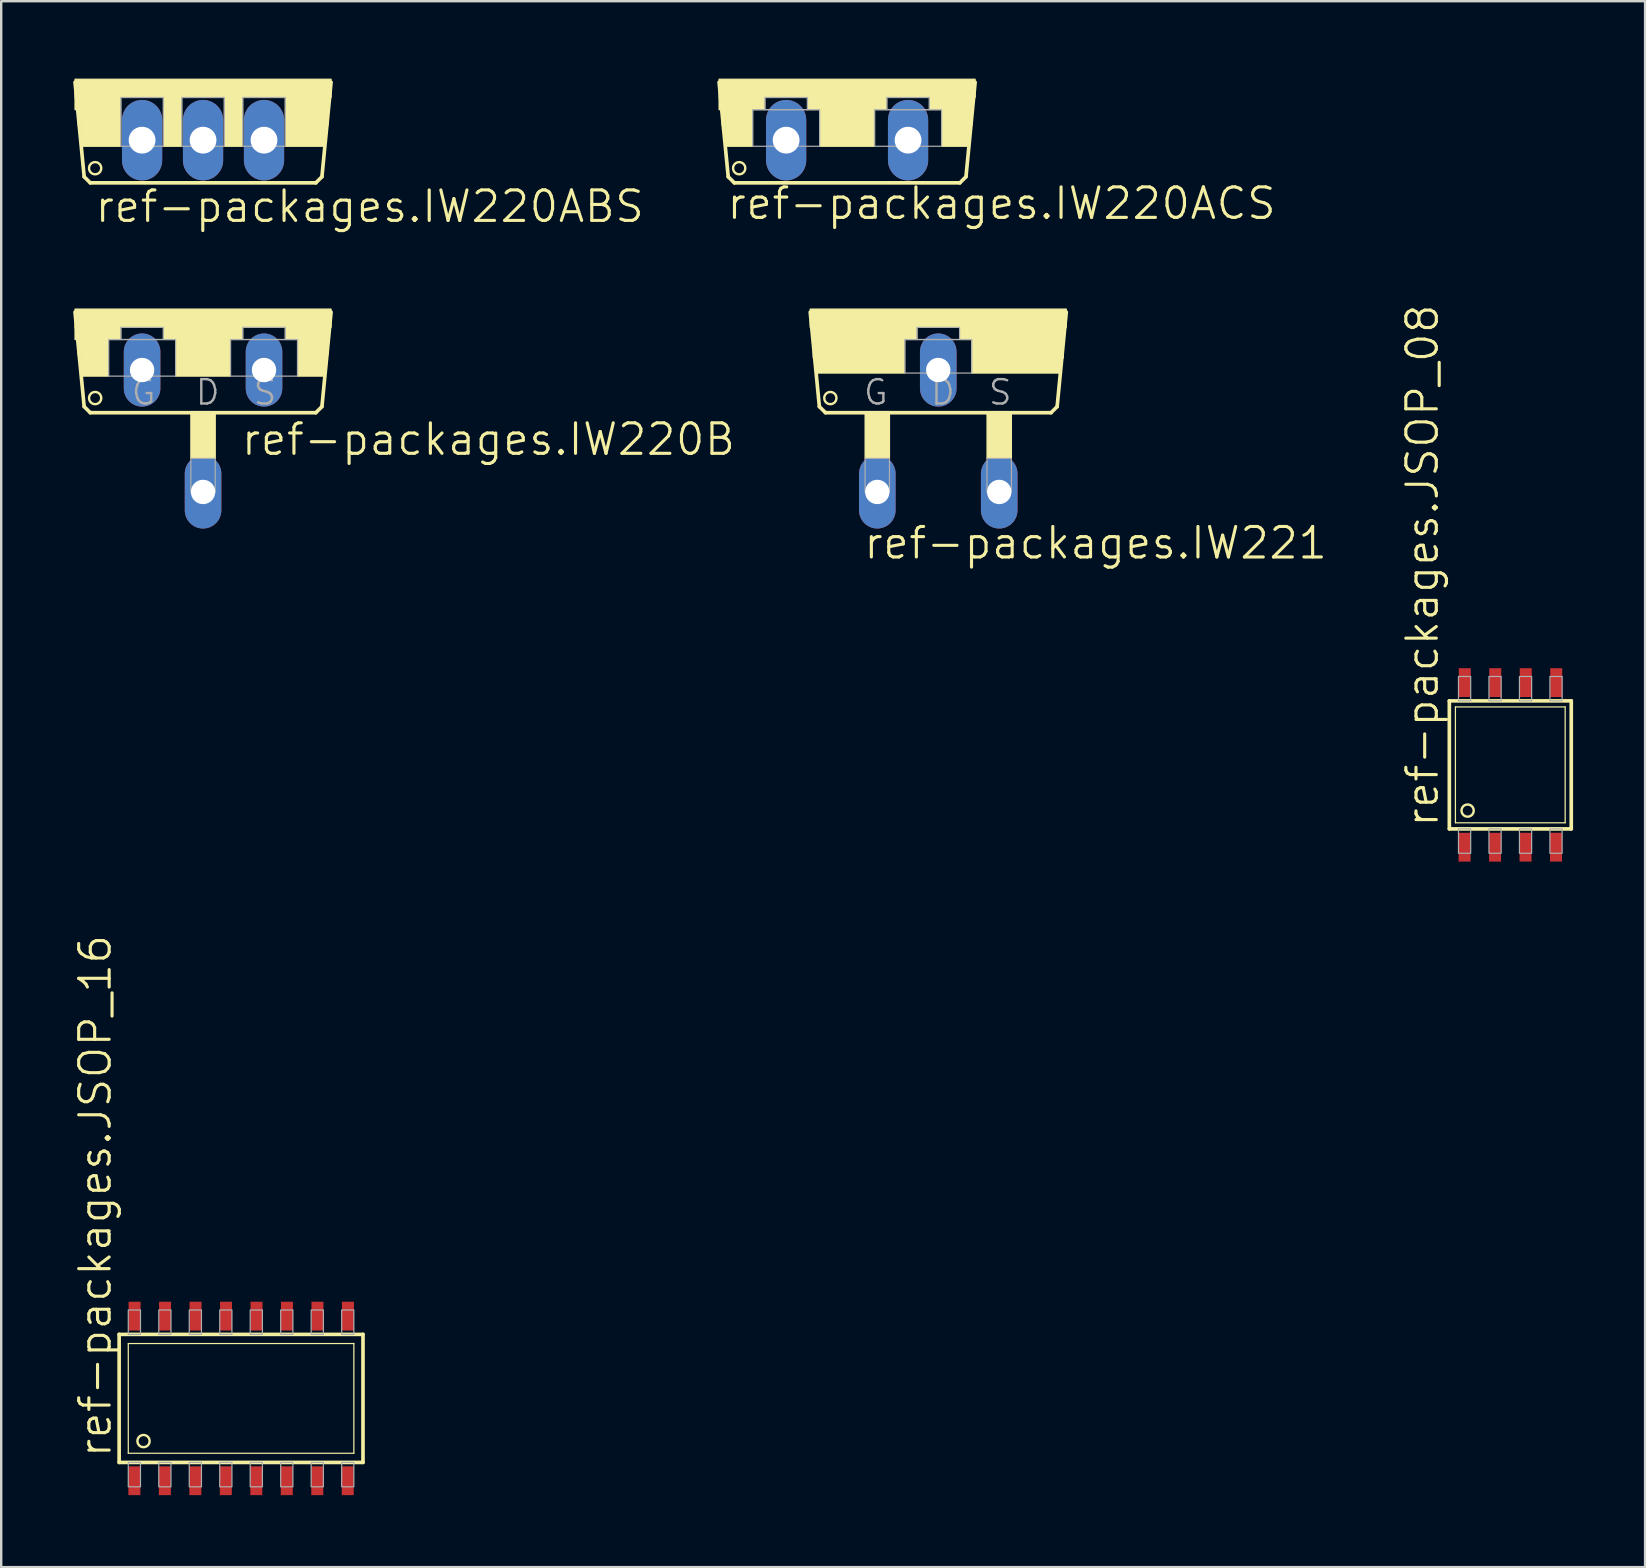
<source format=kicad_pcb>
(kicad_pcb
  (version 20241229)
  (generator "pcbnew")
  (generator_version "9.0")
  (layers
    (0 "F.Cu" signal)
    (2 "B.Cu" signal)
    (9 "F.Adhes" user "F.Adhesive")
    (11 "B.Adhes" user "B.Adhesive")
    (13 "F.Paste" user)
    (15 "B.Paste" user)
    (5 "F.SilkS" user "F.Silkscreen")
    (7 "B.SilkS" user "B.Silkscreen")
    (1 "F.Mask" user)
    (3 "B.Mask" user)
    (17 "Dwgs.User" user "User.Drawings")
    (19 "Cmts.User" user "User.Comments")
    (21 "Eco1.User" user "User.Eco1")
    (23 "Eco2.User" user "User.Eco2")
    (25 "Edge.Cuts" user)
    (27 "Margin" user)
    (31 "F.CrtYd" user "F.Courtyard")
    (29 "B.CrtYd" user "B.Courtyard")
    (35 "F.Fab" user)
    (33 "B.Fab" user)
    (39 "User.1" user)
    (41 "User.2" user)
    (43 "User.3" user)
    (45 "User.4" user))
  (footprint "ref-packages.JSOP_08"
    (layer "F.Cu")
    (at 59.876 28.818)
    (property "Reference" "ref-packages.JSOP_08" (at -2.921 2.667 90) (layer "F.SilkS") (effects (font (size 1.27 1.27) (thickness 0.13)) (justify left bottom)))
    (attr smd)
    (fp_line (start -2.54 -2.667) (end 2.54 -2.667) (stroke (width 0.152) (type default)) (layer "F.SilkS"))
    (fp_line (start -2.54 2.667) (end -2.54 -2.667) (stroke (width 0.152) (type default)) (layer "F.SilkS"))
    (fp_line (start -2.286 -2.413) (end 2.286 -2.413) (stroke (width 0.051) (type default)) (layer "F.SilkS"))
    (fp_line (start -2.286 2.413) (end -2.286 -2.413) (stroke (width 0.051) (type default)) (layer "F.SilkS"))
    (fp_line (start 2.286 -2.413) (end 2.286 2.413) (stroke (width 0.051) (type default)) (layer "F.SilkS"))
    (fp_line (start 2.286 2.413) (end -2.286 2.413) (stroke (width 0.051) (type default)) (layer "F.SilkS"))
    (fp_line (start 2.54 -2.667) (end 2.54 2.667) (stroke (width 0.152) (type default)) (layer "F.SilkS"))
    (fp_line (start 2.54 2.667) (end -2.54 2.667) (stroke (width 0.152) (type default)) (layer "F.SilkS"))
    (fp_circle (center -1.778 1.905) (end -1.524 1.905) (stroke (width 0.1) (type default)) (fill no) (layer "F.SilkS"))
    (fp_rect (start -2.159 -2.667) (end -1.651 -3.683) (stroke (width 0.05) (type default)) (fill no) (layer "F.Fab"))
    (fp_rect (start -2.159 3.683) (end -1.651 2.667) (stroke (width 0.05) (type default)) (fill no) (layer "F.Fab"))
    (fp_rect (start -0.889 -2.667) (end -0.381 -3.683) (stroke (width 0.05) (type default)) (fill no) (layer "F.Fab"))
    (fp_rect (start -0.889 3.683) (end -0.381 2.667) (stroke (width 0.05) (type default)) (fill no) (layer "F.Fab"))
    (fp_rect (start 0.381 -2.667) (end 0.889 -3.683) (stroke (width 0.05) (type default)) (fill no) (layer "F.Fab"))
    (fp_rect (start 0.381 3.683) (end 0.889 2.667) (stroke (width 0.05) (type default)) (fill no) (layer "F.Fab"))
    (fp_rect (start 1.651 -2.667) (end 2.159 -3.683) (stroke (width 0.05) (type default)) (fill no) (layer "F.Fab"))
    (fp_rect (start 1.651 3.683) (end 2.159 2.667) (stroke (width 0.05) (type default)) (fill no) (layer "F.Fab"))
    (pad "1" smd roundrect (at -1.905 3.429) (size 0.5 1.2) (layers "F.Cu" "F.Mask" "F.Paste") (roundrect_rratio 0.01))
    (pad "2" smd roundrect (at -0.635 3.429) (size 0.5 1.2) (layers "F.Cu" "F.Mask" "F.Paste") (roundrect_rratio 0.01))
    (pad "3" smd roundrect (at 0.635 3.429) (size 0.5 1.2) (layers "F.Cu" "F.Mask" "F.Paste") (roundrect_rratio 0.01))
    (pad "4" smd roundrect (at 1.905 3.429) (size 0.5 1.2) (layers "F.Cu" "F.Mask" "F.Paste") (roundrect_rratio 0.01))
    (pad "5" smd roundrect (at 1.913 -3.429) (size 0.5 1.2) (layers "F.Cu" "F.Mask" "F.Paste") (roundrect_rratio 0.01))
    (pad "6" smd roundrect (at 0.643 -3.429) (size 0.5 1.2) (layers "F.Cu" "F.Mask" "F.Paste") (roundrect_rratio 0.01))
    (pad "7" smd roundrect (at -0.627 -3.429) (size 0.5 1.2) (layers "F.Cu" "F.Mask" "F.Paste") (roundrect_rratio 0.01))
    (pad "8" smd roundrect (at -1.897 -3.429) (size 0.5 1.2) (layers "F.Cu" "F.Mask" "F.Paste") (roundrect_rratio 0.01)))
  (footprint "ref-packages.IW220ACS"
    (layer "F.Cu")
    (at 32.244 0.25)
    (property "Reference" "ref-packages.IW220ACS" (at -5.08 5.918 0) (layer "F.SilkS") (effects (font (size 1.27 1.27) (thickness 0.13)) (justify left bottom)))
    (attr through_hole)
    (fp_line (start -4.953 4.064) (end -5.334 0.127) (stroke (width 0.152) (type default)) (layer "F.SilkS"))
    (fp_line (start -4.953 4.064) (end -4.699 4.318) (stroke (width 0.152) (type default)) (layer "F.SilkS"))
    (fp_line (start 4.699 4.318) (end -4.699 4.318) (stroke (width 0.152) (type default)) (layer "F.SilkS"))
    (fp_line (start 4.699 4.318) (end 4.953 4.064) (stroke (width 0.152) (type default)) (layer "F.SilkS"))
    (fp_line (start 5.334 0.127) (end 4.953 4.064) (stroke (width 0.152) (type default)) (layer "F.SilkS"))
    (fp_rect (start -5.334 0.762) (end 5.334 0) (stroke (width 0.05) (type default)) (fill yes) (layer "F.SilkS"))
    (fp_rect (start -5.334 1.27) (end -3.429 0.762) (stroke (width 0.05) (type default)) (fill yes) (layer "F.SilkS"))
    (fp_rect (start -5.207 1.905) (end -5.08 1.27) (stroke (width 0.05) (type default)) (fill yes) (layer "F.SilkS"))
    (fp_rect (start -5.08 2.794) (end -3.937 1.27) (stroke (width 0.05) (type default)) (fill yes) (layer "F.SilkS"))
    (fp_rect (start -1.651 1.27) (end 1.651 0.762) (stroke (width 0.05) (type default)) (fill yes) (layer "F.SilkS"))
    (fp_rect (start -1.143 2.794) (end 1.143 1.27) (stroke (width 0.05) (type default)) (fill yes) (layer "F.SilkS"))
    (fp_rect (start 3.429 1.27) (end 5.207 0.762) (stroke (width 0.05) (type default)) (fill yes) (layer "F.SilkS"))
    (fp_rect (start 3.937 2.794) (end 5.08 1.27) (stroke (width 0.05) (type default)) (fill yes) (layer "F.SilkS"))
    (fp_rect (start 5.08 1.905) (end 5.207 1.27) (stroke (width 0.05) (type default)) (fill yes) (layer "F.SilkS"))
    (fp_circle (center -4.496 3.708) (end -4.242 3.708) (stroke (width 0.1) (type default)) (fill no) (layer "F.SilkS"))
    (fp_rect (start -3.937 2.794) (end -1.143 1.27) (stroke (width 0.05) (type default)) (fill no) (layer "F.Fab"))
    (fp_rect (start -3.429 1.27) (end -1.651 0.762) (stroke (width 0.05) (type default)) (fill no) (layer "F.Fab"))
    (fp_rect (start 1.143 2.794) (end 3.937 1.27) (stroke (width 0.05) (type default)) (fill no) (layer "F.Fab"))
    (fp_rect (start 1.651 1.27) (end 3.429 0.762) (stroke (width 0.05) (type default)) (fill no) (layer "F.Fab"))
    (pad "A" thru_hole oval (at 2.54 2.54 90) (size 3.353 1.676) (drill 1.118) (layers "*.Cu" "*.Mask"))
    (pad "C" thru_hole oval (at -2.54 2.54 90) (size 3.353 1.676) (drill 1.118) (layers "*.Cu" "*.Mask")))
  (footprint "ref-packages.IW221"
    (layer "F.Cu")
    (at 36.042 9.827)
    (property "Reference" "ref-packages.IW221" (at -3.175 10.49 0) (layer "F.SilkS") (effects (font (size 1.27 1.27) (thickness 0.13)) (justify left bottom)))
    (attr through_hole)
    (fp_line (start -4.953 4.064) (end -5.334 0.127) (stroke (width 0.152) (type default)) (layer "F.SilkS"))
    (fp_line (start -4.953 4.064) (end -4.699 4.318) (stroke (width 0.152) (type default)) (layer "F.SilkS"))
    (fp_line (start 4.699 4.318) (end -4.699 4.318) (stroke (width 0.152) (type default)) (layer "F.SilkS"))
    (fp_line (start 4.699 4.318) (end 4.953 4.064) (stroke (width 0.152) (type default)) (layer "F.SilkS"))
    (fp_line (start 5.334 0.127) (end 4.953 4.064) (stroke (width 0.152) (type default)) (layer "F.SilkS"))
    (fp_rect (start -5.334 0.762) (end 5.334 0) (stroke (width 0.05) (type default)) (fill yes) (layer "F.SilkS"))
    (fp_rect (start -5.207 1.27) (end -0.889 0.762) (stroke (width 0.05) (type default)) (fill yes) (layer "F.SilkS"))
    (fp_rect (start -5.207 2.032) (end -5.08 1.27) (stroke (width 0.05) (type default)) (fill yes) (layer "F.SilkS"))
    (fp_rect (start -5.08 2.667) (end -1.397 1.27) (stroke (width 0.05) (type default)) (fill yes) (layer "F.SilkS"))
    (fp_rect (start -3.048 6.223) (end -2.032 4.318) (stroke (width 0.05) (type default)) (fill yes) (layer "F.SilkS"))
    (fp_rect (start 0.889 1.27) (end 5.207 0.762) (stroke (width 0.05) (type default)) (fill yes) (layer "F.SilkS"))
    (fp_rect (start 1.397 2.667) (end 5.08 1.27) (stroke (width 0.05) (type default)) (fill yes) (layer "F.SilkS"))
    (fp_rect (start 2.032 6.223) (end 3.048 4.318) (stroke (width 0.05) (type default)) (fill yes) (layer "F.SilkS"))
    (fp_rect (start 5.08 2.032) (end 5.207 1.27) (stroke (width 0.05) (type default)) (fill yes) (layer "F.SilkS"))
    (fp_circle (center -4.496 3.708) (end -4.242 3.708) (stroke (width 0.1) (type default)) (fill no) (layer "F.SilkS"))
    (fp_rect (start -3.048 7.62) (end -2.032 6.223) (stroke (width 0.05) (type default)) (fill no) (layer "F.Fab"))
    (fp_rect (start -1.397 2.667) (end 1.397 1.27) (stroke (width 0.05) (type default)) (fill no) (layer "F.Fab"))
    (fp_rect (start -0.889 1.27) (end 0.889 0.762) (stroke (width 0.05) (type default)) (fill no) (layer "F.Fab"))
    (fp_rect (start 2.032 7.62) (end 3.048 6.223) (stroke (width 0.05) (type default)) (fill no) (layer "F.Fab"))
    (fp_text user "D" (at -0.381 4.064 0) (layer "F.Fab") (effects (font (size 1.016 1.016) (thickness 0.1)) (justify left bottom)))
    (fp_text user "S" (at 2.032 4.064 0) (layer "F.Fab") (effects (font (size 1.016 1.016) (thickness 0.1)) (justify left bottom)))
    (fp_text user "G" (at -3.175 4.064 0) (layer "F.Fab") (effects (font (size 1.016 1.016) (thickness 0.1)) (justify left bottom)))
    (pad "D" thru_hole oval (at 0 2.54 90) (size 3.048 1.524) (drill 1.016) (layers "*.Cu" "*.Mask"))
    (pad "G" thru_hole oval (at -2.54 7.62 90) (size 3.048 1.524) (drill 1.016) (layers "*.Cu" "*.Mask"))
    (pad "S" thru_hole oval (at 2.54 7.62 90) (size 3.048 1.524) (drill 1.016) (layers "*.Cu" "*.Mask")))
  (footprint "ref-packages.JSOP_16"
    (layer "F.Cu")
    (at 6.994 55.214)
    (property "Reference" "ref-packages.JSOP_16" (at -5.334 2.54 90) (layer "F.SilkS") (effects (font (size 1.27 1.27) (thickness 0.13)) (justify left bottom)))
    (attr smd)
    (fp_line (start -5.08 -2.667) (end 5.08 -2.667) (stroke (width 0.152) (type default)) (layer "F.SilkS"))
    (fp_line (start -5.08 2.667) (end -5.08 -2.667) (stroke (width 0.152) (type default)) (layer "F.SilkS"))
    (fp_line (start -4.699 -2.286) (end 4.699 -2.286) (stroke (width 0.051) (type default)) (layer "F.SilkS"))
    (fp_line (start -4.699 2.286) (end -4.699 -2.286) (stroke (width 0.051) (type default)) (layer "F.SilkS"))
    (fp_line (start 4.699 -2.286) (end 4.699 2.286) (stroke (width 0.051) (type default)) (layer "F.SilkS"))
    (fp_line (start 4.699 2.286) (end -4.699 2.286) (stroke (width 0.051) (type default)) (layer "F.SilkS"))
    (fp_line (start 5.08 -2.667) (end 5.08 2.667) (stroke (width 0.152) (type default)) (layer "F.SilkS"))
    (fp_line (start 5.08 2.667) (end -5.08 2.667) (stroke (width 0.152) (type default)) (layer "F.SilkS"))
    (fp_circle (center -4.064 1.778) (end -3.81 1.778) (stroke (width 0.1) (type default)) (fill no) (layer "F.SilkS"))
    (fp_rect (start -4.699 -2.667) (end -4.191 -3.683) (stroke (width 0.05) (type default)) (fill no) (layer "F.Fab"))
    (fp_rect (start -4.699 3.683) (end -4.191 2.667) (stroke (width 0.05) (type default)) (fill no) (layer "F.Fab"))
    (fp_rect (start -3.429 -2.667) (end -2.921 -3.683) (stroke (width 0.05) (type default)) (fill no) (layer "F.Fab"))
    (fp_rect (start -3.429 3.683) (end -2.921 2.667) (stroke (width 0.05) (type default)) (fill no) (layer "F.Fab"))
    (fp_rect (start -2.159 -2.667) (end -1.651 -3.683) (stroke (width 0.05) (type default)) (fill no) (layer "F.Fab"))
    (fp_rect (start -2.159 3.683) (end -1.651 2.667) (stroke (width 0.05) (type default)) (fill no) (layer "F.Fab"))
    (fp_rect (start -0.889 -2.667) (end -0.381 -3.683) (stroke (width 0.05) (type default)) (fill no) (layer "F.Fab"))
    (fp_rect (start -0.889 3.683) (end -0.381 2.667) (stroke (width 0.05) (type default)) (fill no) (layer "F.Fab"))
    (fp_rect (start 0.381 -2.667) (end 0.889 -3.683) (stroke (width 0.05) (type default)) (fill no) (layer "F.Fab"))
    (fp_rect (start 0.381 3.683) (end 0.889 2.667) (stroke (width 0.05) (type default)) (fill no) (layer "F.Fab"))
    (fp_rect (start 1.651 -2.667) (end 2.159 -3.683) (stroke (width 0.05) (type default)) (fill no) (layer "F.Fab"))
    (fp_rect (start 1.651 3.683) (end 2.159 2.667) (stroke (width 0.05) (type default)) (fill no) (layer "F.Fab"))
    (fp_rect (start 2.921 -2.667) (end 3.429 -3.683) (stroke (width 0.05) (type default)) (fill no) (layer "F.Fab"))
    (fp_rect (start 2.921 3.683) (end 3.429 2.667) (stroke (width 0.05) (type default)) (fill no) (layer "F.Fab"))
    (fp_rect (start 4.191 -2.667) (end 4.699 -3.683) (stroke (width 0.05) (type default)) (fill no) (layer "F.Fab"))
    (fp_rect (start 4.191 3.683) (end 4.699 2.667) (stroke (width 0.05) (type default)) (fill no) (layer "F.Fab"))
    (pad "1" smd roundrect (at -4.445 3.429) (size 0.5 1.2) (layers "F.Cu" "F.Mask" "F.Paste") (roundrect_rratio 0.01))
    (pad "2" smd roundrect (at -3.175 3.429) (size 0.5 1.2) (layers "F.Cu" "F.Mask" "F.Paste") (roundrect_rratio 0.01))
    (pad "3" smd roundrect (at -1.905 3.429) (size 0.5 1.2) (layers "F.Cu" "F.Mask" "F.Paste") (roundrect_rratio 0.01))
    (pad "4" smd roundrect (at -0.635 3.429) (size 0.5 1.2) (layers "F.Cu" "F.Mask" "F.Paste") (roundrect_rratio 0.01))
    (pad "5" smd roundrect (at 0.635 3.429) (size 0.5 1.2) (layers "F.Cu" "F.Mask" "F.Paste") (roundrect_rratio 0.01))
    (pad "6" smd roundrect (at 1.905 3.429) (size 0.5 1.2) (layers "F.Cu" "F.Mask" "F.Paste") (roundrect_rratio 0.01))
    (pad "7" smd roundrect (at 3.175 3.429) (size 0.5 1.2) (layers "F.Cu" "F.Mask" "F.Paste") (roundrect_rratio 0.01))
    (pad "8" smd roundrect (at 4.445 3.429) (size 0.5 1.2) (layers "F.Cu" "F.Mask" "F.Paste") (roundrect_rratio 0.01))
    (pad "9" smd roundrect (at 4.453 -3.429) (size 0.5 1.2) (layers "F.Cu" "F.Mask" "F.Paste") (roundrect_rratio 0.01))
    (pad "10" smd roundrect (at 3.183 -3.429) (size 0.5 1.2) (layers "F.Cu" "F.Mask" "F.Paste") (roundrect_rratio 0.01))
    (pad "11" smd roundrect (at 1.913 -3.429) (size 0.5 1.2) (layers "F.Cu" "F.Mask" "F.Paste") (roundrect_rratio 0.01))
    (pad "12" smd roundrect (at 0.643 -3.429) (size 0.5 1.2) (layers "F.Cu" "F.Mask" "F.Paste") (roundrect_rratio 0.01))
    (pad "13" smd roundrect (at -0.627 -3.429) (size 0.5 1.2) (layers "F.Cu" "F.Mask" "F.Paste") (roundrect_rratio 0.01))
    (pad "14" smd roundrect (at -1.897 -3.429) (size 0.5 1.2) (layers "F.Cu" "F.Mask" "F.Paste") (roundrect_rratio 0.01))
    (pad "15" smd roundrect (at -3.167 -3.429) (size 0.5 1.2) (layers "F.Cu" "F.Mask" "F.Paste") (roundrect_rratio 0.01))
    (pad "16" smd roundrect (at -4.437 -3.429) (size 0.5 1.2) (layers "F.Cu" "F.Mask" "F.Paste") (roundrect_rratio 0.01)))
  (footprint "ref-packages.IW220ABS"
    (layer "F.Cu")
    (at 5.41 0.25)
    (property "Reference" "ref-packages.IW220ABS" (at -4.572 6.045 0) (layer "F.SilkS") (effects (font (size 1.27 1.27) (thickness 0.13)) (justify left bottom)))
    (attr through_hole)
    (fp_line (start -4.953 4.064) (end -5.334 0.127) (stroke (width 0.152) (type default)) (layer "F.SilkS"))
    (fp_line (start -4.953 4.064) (end -4.699 4.318) (stroke (width 0.152) (type default)) (layer "F.SilkS"))
    (fp_line (start 4.699 4.318) (end -4.699 4.318) (stroke (width 0.152) (type default)) (layer "F.SilkS"))
    (fp_line (start 4.699 4.318) (end 4.953 4.064) (stroke (width 0.152) (type default)) (layer "F.SilkS"))
    (fp_line (start 5.334 0.127) (end 4.953 4.064) (stroke (width 0.152) (type default)) (layer "F.SilkS"))
    (fp_rect (start -5.334 0.762) (end 5.334 0) (stroke (width 0.05) (type default)) (fill yes) (layer "F.SilkS"))
    (fp_rect (start -5.334 1.27) (end -3.429 0.762) (stroke (width 0.05) (type default)) (fill yes) (layer "F.SilkS"))
    (fp_rect (start -5.207 1.905) (end -5.08 1.27) (stroke (width 0.05) (type default)) (fill yes) (layer "F.SilkS"))
    (fp_rect (start -5.08 2.794) (end -3.429 1.27) (stroke (width 0.05) (type default)) (fill yes) (layer "F.SilkS"))
    (fp_rect (start -1.651 2.794) (end -0.889 0.762) (stroke (width 0.05) (type default)) (fill yes) (layer "F.SilkS"))
    (fp_rect (start 0.889 2.794) (end 1.651 0.762) (stroke (width 0.05) (type default)) (fill yes) (layer "F.SilkS"))
    (fp_rect (start 3.429 1.27) (end 5.207 0.762) (stroke (width 0.05) (type default)) (fill yes) (layer "F.SilkS"))
    (fp_rect (start 3.429 2.794) (end 5.08 1.27) (stroke (width 0.05) (type default)) (fill yes) (layer "F.SilkS"))
    (fp_rect (start 5.08 1.905) (end 5.207 1.27) (stroke (width 0.05) (type default)) (fill yes) (layer "F.SilkS"))
    (fp_circle (center -4.496 3.708) (end -4.242 3.708) (stroke (width 0.1) (type default)) (fill no) (layer "F.SilkS"))
    (fp_rect (start -3.429 2.794) (end -1.651 0.762) (stroke (width 0.05) (type default)) (fill no) (layer "F.Fab"))
    (fp_rect (start -0.889 2.794) (end 0.889 0.762) (stroke (width 0.05) (type default)) (fill no) (layer "F.Fab"))
    (fp_rect (start 1.651 2.794) (end 3.429 0.762) (stroke (width 0.05) (type default)) (fill no) (layer "F.Fab"))
    (pad "A1" thru_hole oval (at -2.54 2.54 90) (size 3.353 1.676) (drill 1.118) (layers "*.Cu" "*.Mask"))
    (pad "A2" thru_hole oval (at 2.54 2.54 90) (size 3.353 1.676) (drill 1.118) (layers "*.Cu" "*.Mask"))
    (pad "C" thru_hole oval (at 0 2.54 90) (size 3.353 1.676) (drill 1.118) (layers "*.Cu" "*.Mask")))
  (footprint "ref-packages.IW220B"
    (layer "F.Cu")
    (at 5.41 9.827)
    (property "Reference" "ref-packages.IW220B" (at 1.524 6.172 0) (layer "F.SilkS") (effects (font (size 1.27 1.27) (thickness 0.13)) (justify left bottom)))
    (attr through_hole)
    (fp_line (start -4.953 4.064) (end -5.334 0.127) (stroke (width 0.152) (type default)) (layer "F.SilkS"))
    (fp_line (start -4.953 4.064) (end -4.699 4.318) (stroke (width 0.152) (type default)) (layer "F.SilkS"))
    (fp_line (start 4.699 4.318) (end -4.699 4.318) (stroke (width 0.152) (type default)) (layer "F.SilkS"))
    (fp_line (start 4.699 4.318) (end 4.953 4.064) (stroke (width 0.152) (type default)) (layer "F.SilkS"))
    (fp_line (start 5.334 0.127) (end 4.953 4.064) (stroke (width 0.152) (type default)) (layer "F.SilkS"))
    (fp_rect (start -5.334 0.762) (end 5.334 0) (stroke (width 0.05) (type default)) (fill yes) (layer "F.SilkS"))
    (fp_rect (start -5.334 1.27) (end -3.429 0.762) (stroke (width 0.05) (type default)) (fill yes) (layer "F.SilkS"))
    (fp_rect (start -5.207 1.905) (end -5.08 1.27) (stroke (width 0.05) (type default)) (fill yes) (layer "F.SilkS"))
    (fp_rect (start -5.08 2.794) (end -3.937 1.27) (stroke (width 0.05) (type default)) (fill yes) (layer "F.SilkS"))
    (fp_rect (start -1.651 1.27) (end 1.651 0.762) (stroke (width 0.05) (type default)) (fill yes) (layer "F.SilkS"))
    (fp_rect (start -1.143 2.794) (end 1.143 1.27) (stroke (width 0.05) (type default)) (fill yes) (layer "F.SilkS"))
    (fp_rect (start -0.508 6.223) (end 0.508 4.318) (stroke (width 0.05) (type default)) (fill yes) (layer "F.SilkS"))
    (fp_rect (start 3.429 1.27) (end 5.207 0.762) (stroke (width 0.05) (type default)) (fill yes) (layer "F.SilkS"))
    (fp_rect (start 3.937 2.794) (end 5.08 1.27) (stroke (width 0.05) (type default)) (fill yes) (layer "F.SilkS"))
    (fp_rect (start 5.08 1.905) (end 5.207 1.27) (stroke (width 0.05) (type default)) (fill yes) (layer "F.SilkS"))
    (fp_circle (center -4.496 3.708) (end -4.242 3.708) (stroke (width 0.1) (type default)) (fill no) (layer "F.SilkS"))
    (fp_rect (start -3.937 2.794) (end -1.143 1.27) (stroke (width 0.05) (type default)) (fill no) (layer "F.Fab"))
    (fp_rect (start -3.429 1.27) (end -1.651 0.762) (stroke (width 0.05) (type default)) (fill no) (layer "F.Fab"))
    (fp_rect (start -0.508 7.62) (end 0.508 6.223) (stroke (width 0.05) (type default)) (fill no) (layer "F.Fab"))
    (fp_rect (start 1.143 2.794) (end 3.937 1.27) (stroke (width 0.05) (type default)) (fill no) (layer "F.Fab"))
    (fp_rect (start 1.651 1.27) (end 3.429 0.762) (stroke (width 0.05) (type default)) (fill no) (layer "F.Fab"))
    (fp_text user "G" (at -3.048 4.064 0) (layer "F.Fab") (effects (font (size 1.016 1.016) (thickness 0.1)) (justify left bottom)))
    (fp_text user "S" (at 2.032 4.064 0) (layer "F.Fab") (effects (font (size 1.016 1.016) (thickness 0.1)) (justify left bottom)))
    (fp_text user "D" (at -0.381 4.064 0) (layer "F.Fab") (effects (font (size 1.016 1.016) (thickness 0.1)) (justify left bottom)))
    (pad "D" thru_hole oval (at 0 7.62 90) (size 3.048 1.524) (drill 1.016) (layers "*.Cu" "*.Mask"))
    (pad "G" thru_hole oval (at -2.54 2.54 90) (size 3.048 1.524) (drill 1.016) (layers "*.Cu" "*.Mask"))
    (pad "S" thru_hole oval (at 2.54 2.54 90) (size 3.048 1.524) (drill 1.016) (layers "*.Cu" "*.Mask")))
  (gr_rect
    (start -3 -3)
    (end 65.492 62.243)
    (stroke (width 0.1) (type default))
    (fill no)
    (layer "Edge.Cuts")))
</source>
